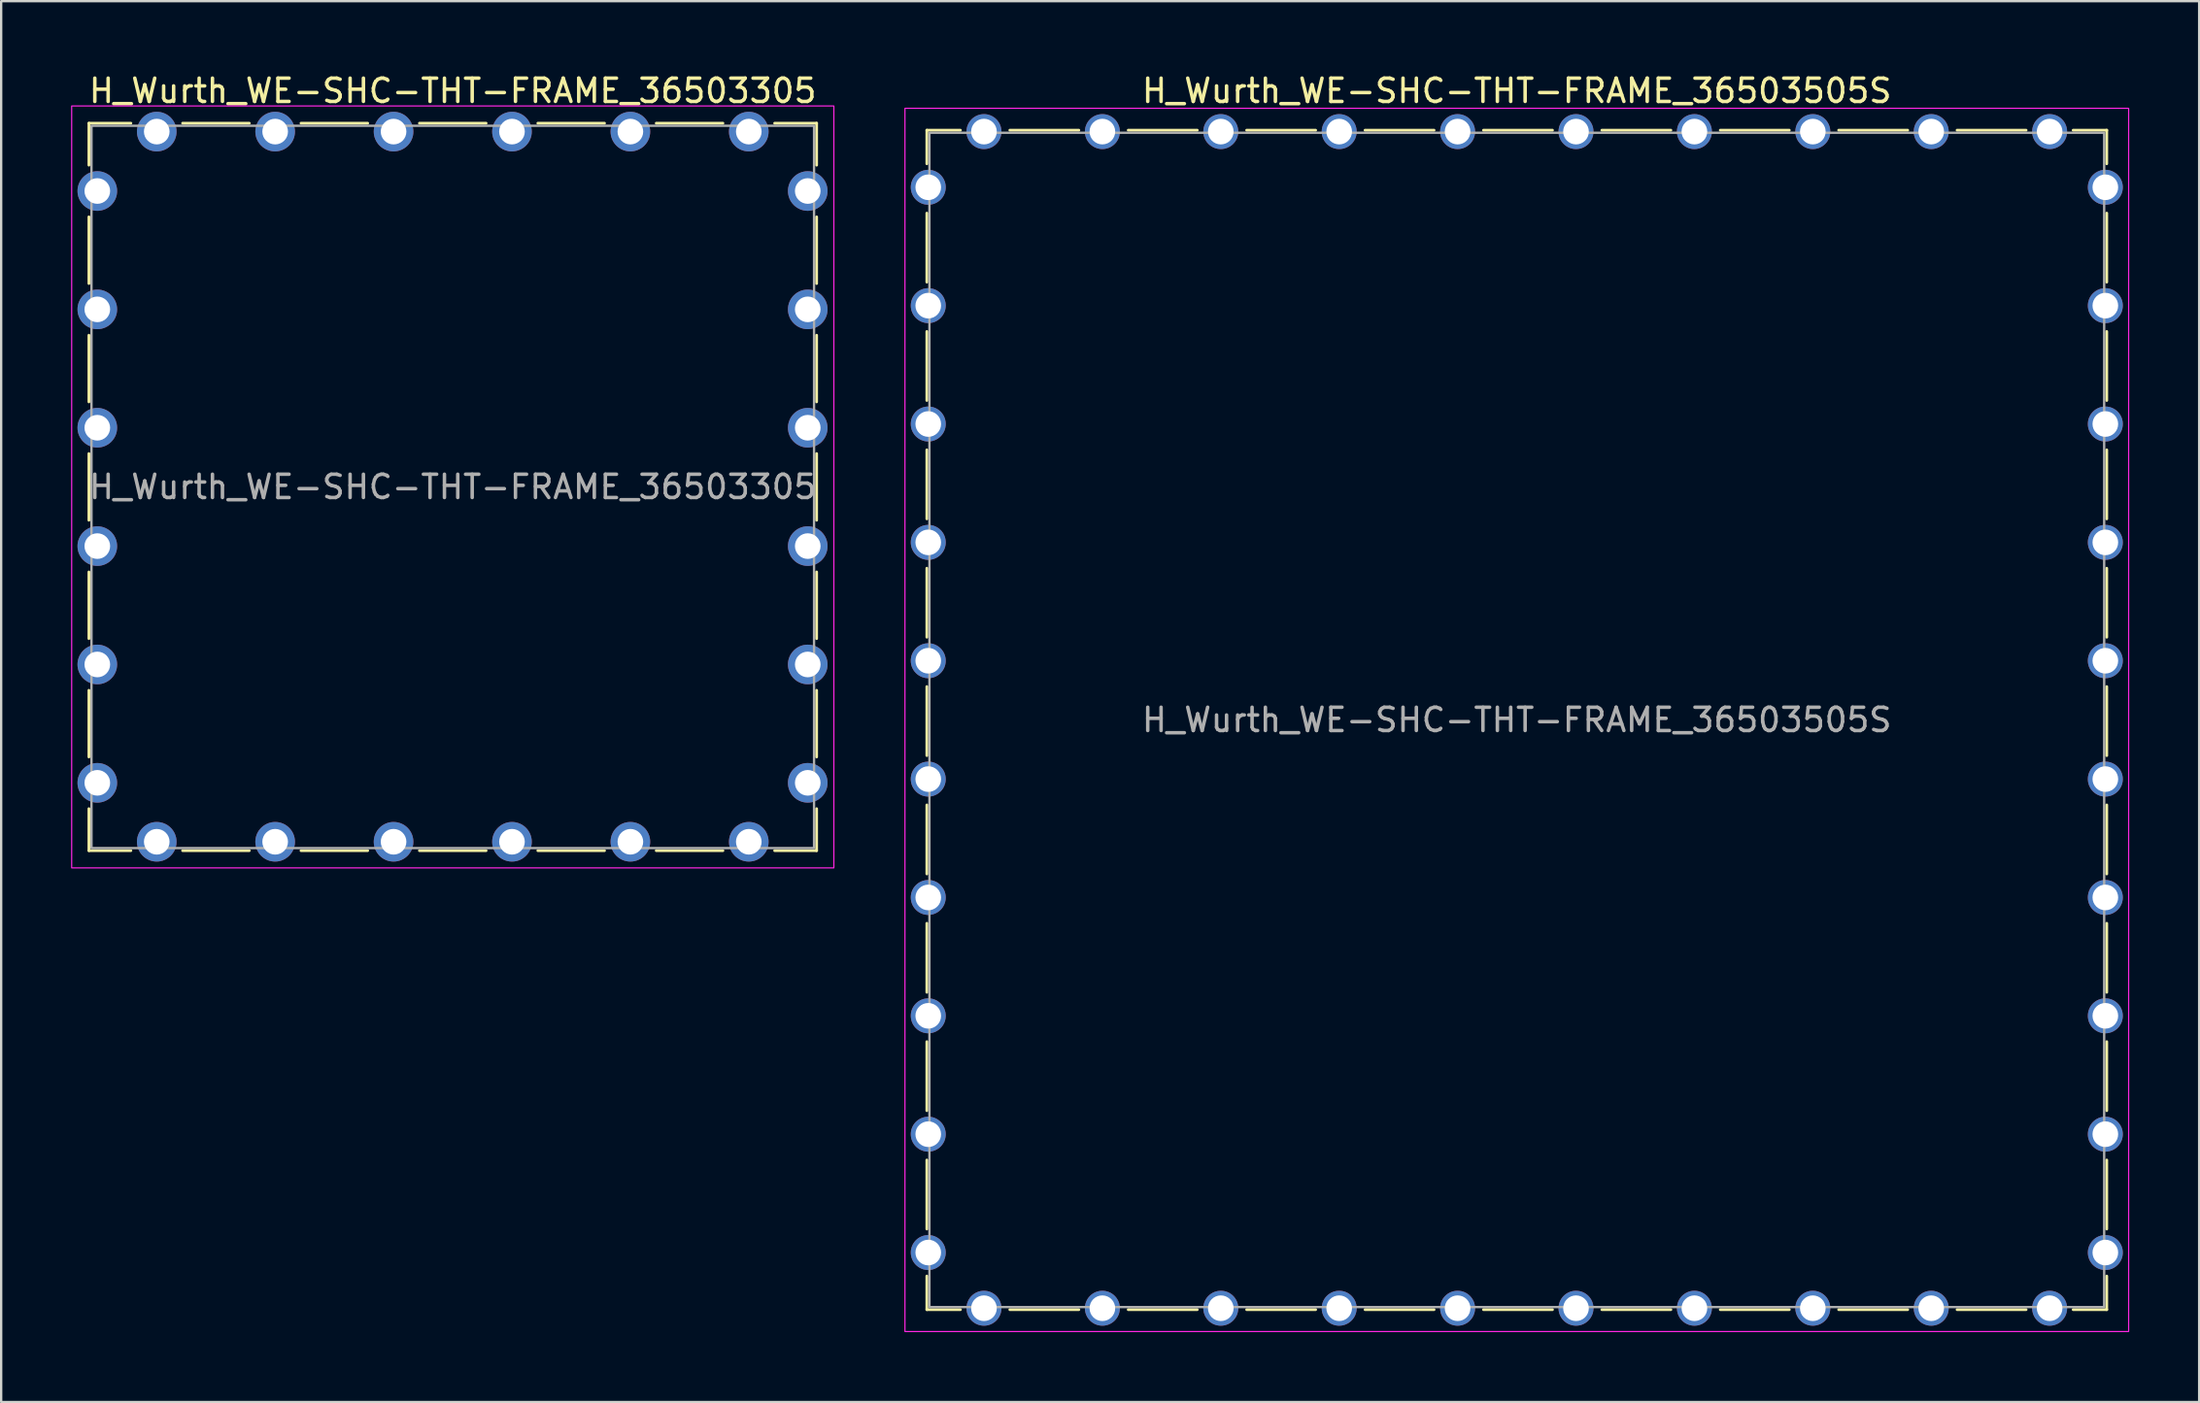
<source format=kicad_pcb>
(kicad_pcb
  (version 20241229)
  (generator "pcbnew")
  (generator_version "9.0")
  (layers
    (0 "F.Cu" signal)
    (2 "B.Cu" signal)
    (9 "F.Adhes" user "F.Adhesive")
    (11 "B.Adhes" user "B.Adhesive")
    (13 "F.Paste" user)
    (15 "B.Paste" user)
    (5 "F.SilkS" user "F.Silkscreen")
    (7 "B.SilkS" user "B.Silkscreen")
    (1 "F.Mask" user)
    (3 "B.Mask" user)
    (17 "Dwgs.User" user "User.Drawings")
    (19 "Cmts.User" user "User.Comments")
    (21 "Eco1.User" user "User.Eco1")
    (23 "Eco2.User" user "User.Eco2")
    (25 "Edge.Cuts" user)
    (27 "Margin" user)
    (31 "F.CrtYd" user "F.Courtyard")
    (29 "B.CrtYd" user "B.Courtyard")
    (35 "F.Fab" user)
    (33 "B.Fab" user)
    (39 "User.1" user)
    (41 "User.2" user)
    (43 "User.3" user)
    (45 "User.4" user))
  (footprint "H_Wurth_WE-SHC-THT-FRAME_36503505S"
    (layer "F.Cu")
    (at 62.025 27.848)
    (property "Reference" "H_Wurth_WE-SHC-THT-FRAME_36503505S" (at 0 -27 0) (unlocked yes) (layer "F.SilkS") (effects (font (size 1 1) (thickness 0.15))))
    (attr smd)
    (fp_line (start -25.31 -25.31) (end -25.31 -23.87) (stroke (width 0.12) (type default)) (layer "F.SilkS"))
    (fp_line (start -25.31 -18.79) (end -25.31 -21.75) (stroke (width 0.12) (type default)) (layer "F.SilkS"))
    (fp_line (start -25.31 -13.71) (end -25.31 -16.67) (stroke (width 0.12) (type default)) (layer "F.SilkS"))
    (fp_line (start -25.31 -8.63) (end -25.31 -11.59) (stroke (width 0.12) (type default)) (layer "F.SilkS"))
    (fp_line (start -25.31 -3.55) (end -25.31 -6.51) (stroke (width 0.12) (type default)) (layer "F.SilkS"))
    (fp_line (start -25.31 1.53) (end -25.31 -1.43) (stroke (width 0.12) (type default)) (layer "F.SilkS"))
    (fp_line (start -25.31 6.61) (end -25.31 3.65) (stroke (width 0.12) (type default)) (layer "F.SilkS"))
    (fp_line (start -25.31 11.69) (end -25.31 8.73) (stroke (width 0.12) (type default)) (layer "F.SilkS"))
    (fp_line (start -25.31 16.77) (end -25.31 13.81) (stroke (width 0.12) (type default)) (layer "F.SilkS"))
    (fp_line (start -25.31 21.85) (end -25.31 18.89) (stroke (width 0.12) (type default)) (layer "F.SilkS"))
    (fp_line (start -25.31 25.31) (end -25.31 23.87) (stroke (width 0.12) (type default)) (layer "F.SilkS"))
    (fp_line (start -23.87 -25.31) (end -25.31 -25.31) (stroke (width 0.12) (type default)) (layer "F.SilkS"))
    (fp_line (start -23.87 25.31) (end -25.31 25.31) (stroke (width 0.12) (type default)) (layer "F.SilkS"))
    (fp_line (start -21.75 -25.31) (end -18.79 -25.31) (stroke (width 0.12) (type default)) (layer "F.SilkS"))
    (fp_line (start -21.75 25.31) (end -18.79 25.31) (stroke (width 0.12) (type default)) (layer "F.SilkS"))
    (fp_line (start -16.67 -25.31) (end -13.71 -25.31) (stroke (width 0.12) (type default)) (layer "F.SilkS"))
    (fp_line (start -16.67 25.31) (end -13.71 25.31) (stroke (width 0.12) (type default)) (layer "F.SilkS"))
    (fp_line (start -11.59 -25.31) (end -8.63 -25.31) (stroke (width 0.12) (type default)) (layer "F.SilkS"))
    (fp_line (start -11.59 25.31) (end -8.63 25.31) (stroke (width 0.12) (type default)) (layer "F.SilkS"))
    (fp_line (start -6.51 -25.31) (end -3.55 -25.31) (stroke (width 0.12) (type default)) (layer "F.SilkS"))
    (fp_line (start -6.51 25.31) (end -3.55 25.31) (stroke (width 0.12) (type default)) (layer "F.SilkS"))
    (fp_line (start -1.43 -25.31) (end 1.53 -25.31) (stroke (width 0.12) (type default)) (layer "F.SilkS"))
    (fp_line (start -1.43 25.31) (end 1.53 25.31) (stroke (width 0.12) (type default)) (layer "F.SilkS"))
    (fp_line (start 3.65 -25.31) (end 6.61 -25.31) (stroke (width 0.12) (type default)) (layer "F.SilkS"))
    (fp_line (start 3.65 25.31) (end 6.61 25.31) (stroke (width 0.12) (type default)) (layer "F.SilkS"))
    (fp_line (start 8.73 -25.31) (end 11.69 -25.31) (stroke (width 0.12) (type default)) (layer "F.SilkS"))
    (fp_line (start 8.73 25.31) (end 11.69 25.31) (stroke (width 0.12) (type default)) (layer "F.SilkS"))
    (fp_line (start 13.81 -25.31) (end 16.77 -25.31) (stroke (width 0.12) (type default)) (layer "F.SilkS"))
    (fp_line (start 13.81 25.31) (end 16.77 25.31) (stroke (width 0.12) (type default)) (layer "F.SilkS"))
    (fp_line (start 18.89 -25.31) (end 21.85 -25.31) (stroke (width 0.12) (type default)) (layer "F.SilkS"))
    (fp_line (start 18.89 25.31) (end 21.85 25.31) (stroke (width 0.12) (type default)) (layer "F.SilkS"))
    (fp_line (start 25.31 -25.31) (end 23.87 -25.31) (stroke (width 0.12) (type default)) (layer "F.SilkS"))
    (fp_line (start 25.31 -25.31) (end 25.31 -23.87) (stroke (width 0.12) (type default)) (layer "F.SilkS"))
    (fp_line (start 25.31 -18.79) (end 25.31 -21.75) (stroke (width 0.12) (type default)) (layer "F.SilkS"))
    (fp_line (start 25.31 -13.71) (end 25.31 -16.67) (stroke (width 0.12) (type default)) (layer "F.SilkS"))
    (fp_line (start 25.31 -8.63) (end 25.31 -11.59) (stroke (width 0.12) (type default)) (layer "F.SilkS"))
    (fp_line (start 25.31 -3.55) (end 25.31 -6.51) (stroke (width 0.12) (type default)) (layer "F.SilkS"))
    (fp_line (start 25.31 1.53) (end 25.31 -1.43) (stroke (width 0.12) (type default)) (layer "F.SilkS"))
    (fp_line (start 25.31 6.61) (end 25.31 3.65) (stroke (width 0.12) (type default)) (layer "F.SilkS"))
    (fp_line (start 25.31 11.69) (end 25.31 8.73) (stroke (width 0.12) (type default)) (layer "F.SilkS"))
    (fp_line (start 25.31 16.77) (end 25.31 13.81) (stroke (width 0.12) (type default)) (layer "F.SilkS"))
    (fp_line (start 25.31 21.85) (end 25.31 18.89) (stroke (width 0.12) (type default)) (layer "F.SilkS"))
    (fp_line (start 25.31 25.31) (end 23.87 25.31) (stroke (width 0.12) (type default)) (layer "F.SilkS"))
    (fp_line (start 25.31 25.31) (end 25.31 23.87) (stroke (width 0.12) (type default)) (layer "F.SilkS"))
    (fp_rect (start -26.25 -26.25) (end 26.25 26.25) (stroke (width 0.05) (type solid)) (fill no) (layer "F.CrtYd"))
    (fp_rect (start -25.2 -25.2) (end 25.2 25.2) (stroke (width 0.1) (type solid)) (fill no) (layer "F.Fab"))
    (fp_text user "${REFERENCE}" (at 0 0 0) (unlocked yes) (layer "F.Fab") (effects (font (size 1 1) (thickness 0.15))))
    (pad "1" thru_hole circle (at -25.25 -22.86) (size 1.5 1.5) (drill 1.1) (layers "*.Cu" "*.Mask"))
    (pad "1" thru_hole circle (at -25.25 -17.78) (size 1.5 1.5) (drill 1.1) (layers "*.Cu" "*.Mask"))
    (pad "1" thru_hole circle (at -25.25 -12.7) (size 1.5 1.5) (drill 1.1) (layers "*.Cu" "*.Mask"))
    (pad "1" thru_hole circle (at -25.25 -7.62) (size 1.5 1.5) (drill 1.1) (layers "*.Cu" "*.Mask"))
    (pad "1" thru_hole circle (at -25.25 -2.54) (size 1.5 1.5) (drill 1.1) (layers "*.Cu" "*.Mask"))
    (pad "1" thru_hole circle (at -25.25 2.54) (size 1.5 1.5) (drill 1.1) (layers "*.Cu" "*.Mask"))
    (pad "1" thru_hole circle (at -25.25 7.62) (size 1.5 1.5) (drill 1.1) (layers "*.Cu" "*.Mask"))
    (pad "1" thru_hole circle (at -25.25 12.7) (size 1.5 1.5) (drill 1.1) (layers "*.Cu" "*.Mask"))
    (pad "1" thru_hole circle (at -25.25 17.78) (size 1.5 1.5) (drill 1.1) (layers "*.Cu" "*.Mask"))
    (pad "1" thru_hole circle (at -25.25 22.86) (size 1.5 1.5) (drill 1.1) (layers "*.Cu" "*.Mask"))
    (pad "1" thru_hole circle (at -22.86 -25.25) (size 1.5 1.5) (drill 1.1) (layers "*.Cu" "*.Mask"))
    (pad "1" thru_hole circle (at -22.86 25.25) (size 1.5 1.5) (drill 1.1) (layers "*.Cu" "*.Mask"))
    (pad "1" thru_hole circle (at -17.78 -25.25) (size 1.5 1.5) (drill 1.1) (layers "*.Cu" "*.Mask"))
    (pad "1" thru_hole circle (at -17.78 25.25) (size 1.5 1.5) (drill 1.1) (layers "*.Cu" "*.Mask"))
    (pad "1" thru_hole circle (at -12.7 -25.25) (size 1.5 1.5) (drill 1.1) (layers "*.Cu" "*.Mask"))
    (pad "1" thru_hole circle (at -12.7 25.25) (size 1.5 1.5) (drill 1.1) (layers "*.Cu" "*.Mask"))
    (pad "1" thru_hole circle (at -7.62 -25.25) (size 1.5 1.5) (drill 1.1) (layers "*.Cu" "*.Mask"))
    (pad "1" thru_hole circle (at -7.62 25.25) (size 1.5 1.5) (drill 1.1) (layers "*.Cu" "*.Mask"))
    (pad "1" thru_hole circle (at -2.54 -25.25) (size 1.5 1.5) (drill 1.1) (layers "*.Cu" "*.Mask"))
    (pad "1" thru_hole circle (at -2.54 25.25) (size 1.5 1.5) (drill 1.1) (layers "*.Cu" "*.Mask"))
    (pad "1" thru_hole circle (at 2.54 -25.25) (size 1.5 1.5) (drill 1.1) (layers "*.Cu" "*.Mask"))
    (pad "1" thru_hole circle (at 2.54 25.25) (size 1.5 1.5) (drill 1.1) (layers "*.Cu" "*.Mask"))
    (pad "1" thru_hole circle (at 7.62 -25.25) (size 1.5 1.5) (drill 1.1) (layers "*.Cu" "*.Mask"))
    (pad "1" thru_hole circle (at 7.62 25.25) (size 1.5 1.5) (drill 1.1) (layers "*.Cu" "*.Mask"))
    (pad "1" thru_hole circle (at 12.7 -25.25) (size 1.5 1.5) (drill 1.1) (layers "*.Cu" "*.Mask"))
    (pad "1" thru_hole circle (at 12.7 25.25) (size 1.5 1.5) (drill 1.1) (layers "*.Cu" "*.Mask"))
    (pad "1" thru_hole circle (at 17.78 -25.25) (size 1.5 1.5) (drill 1.1) (layers "*.Cu" "*.Mask"))
    (pad "1" thru_hole circle (at 17.78 25.25) (size 1.5 1.5) (drill 1.1) (layers "*.Cu" "*.Mask"))
    (pad "1" thru_hole circle (at 22.86 -25.25) (size 1.5 1.5) (drill 1.1) (layers "*.Cu" "*.Mask"))
    (pad "1" thru_hole circle (at 22.86 25.25) (size 1.5 1.5) (drill 1.1) (layers "*.Cu" "*.Mask"))
    (pad "1" thru_hole circle (at 25.25 -22.86) (size 1.5 1.5) (drill 1.1) (layers "*.Cu" "*.Mask"))
    (pad "1" thru_hole circle (at 25.25 -17.78) (size 1.5 1.5) (drill 1.1) (layers "*.Cu" "*.Mask"))
    (pad "1" thru_hole circle (at 25.25 -12.7) (size 1.5 1.5) (drill 1.1) (layers "*.Cu" "*.Mask"))
    (pad "1" thru_hole circle (at 25.25 -7.62) (size 1.5 1.5) (drill 1.1) (layers "*.Cu" "*.Mask"))
    (pad "1" thru_hole circle (at 25.25 -2.54) (size 1.5 1.5) (drill 1.1) (layers "*.Cu" "*.Mask"))
    (pad "1" thru_hole circle (at 25.25 2.54) (size 1.5 1.5) (drill 1.1) (layers "*.Cu" "*.Mask"))
    (pad "1" thru_hole circle (at 25.25 7.62) (size 1.5 1.5) (drill 1.1) (layers "*.Cu" "*.Mask"))
    (pad "1" thru_hole circle (at 25.25 12.7) (size 1.5 1.5) (drill 1.1) (layers "*.Cu" "*.Mask"))
    (pad "1" thru_hole circle (at 25.25 17.78) (size 1.5 1.5) (drill 1.1) (layers "*.Cu" "*.Mask"))
    (pad "1" thru_hole circle (at 25.25 22.86) (size 1.5 1.5) (drill 1.1) (layers "*.Cu" "*.Mask")))
  (footprint "H_Wurth_WE-SHC-THT-FRAME_36503305"
    (layer "F.Cu")
    (at 16.375 17.848)
    (property "Reference" "H_Wurth_WE-SHC-THT-FRAME_36503305" (at 0 -17 0) (unlocked yes) (layer "F.SilkS") (effects (font (size 1 1) (thickness 0.15))))
    (attr smd)
    (fp_line (start -15.61 -15.61) (end -13.81 -15.61) (stroke (width 0.12) (type default)) (layer "F.SilkS"))
    (fp_line (start -15.61 -13.81) (end -15.61 -15.61) (stroke (width 0.12) (type default)) (layer "F.SilkS"))
    (fp_line (start -15.61 -8.73) (end -15.61 -11.59) (stroke (width 0.12) (type default)) (layer "F.SilkS"))
    (fp_line (start -15.61 -3.65) (end -15.61 -6.51) (stroke (width 0.12) (type default)) (layer "F.SilkS"))
    (fp_line (start -15.61 1.43) (end -15.61 -1.43) (stroke (width 0.12) (type default)) (layer "F.SilkS"))
    (fp_line (start -15.61 6.51) (end -15.61 3.65) (stroke (width 0.12) (type default)) (layer "F.SilkS"))
    (fp_line (start -15.61 11.59) (end -15.61 8.73) (stroke (width 0.12) (type default)) (layer "F.SilkS"))
    (fp_line (start -15.61 15.61) (end -15.61 13.81) (stroke (width 0.12) (type default)) (layer "F.SilkS"))
    (fp_line (start -15.61 15.61) (end -13.81 15.61) (stroke (width 0.12) (type default)) (layer "F.SilkS"))
    (fp_line (start -11.59 -15.61) (end -8.73 -15.61) (stroke (width 0.12) (type default)) (layer "F.SilkS"))
    (fp_line (start -11.59 15.61) (end -8.73 15.61) (stroke (width 0.12) (type default)) (layer "F.SilkS"))
    (fp_line (start -6.51 -15.61) (end -3.65 -15.61) (stroke (width 0.12) (type default)) (layer "F.SilkS"))
    (fp_line (start -6.51 15.61) (end -3.65 15.61) (stroke (width 0.12) (type default)) (layer "F.SilkS"))
    (fp_line (start -1.43 -15.61) (end 1.43 -15.61) (stroke (width 0.12) (type default)) (layer "F.SilkS"))
    (fp_line (start -1.43 15.61) (end 1.43 15.61) (stroke (width 0.12) (type default)) (layer "F.SilkS"))
    (fp_line (start 3.65 -15.61) (end 6.51 -15.61) (stroke (width 0.12) (type default)) (layer "F.SilkS"))
    (fp_line (start 3.65 15.61) (end 6.51 15.61) (stroke (width 0.12) (type default)) (layer "F.SilkS"))
    (fp_line (start 8.73 -15.61) (end 11.59 -15.61) (stroke (width 0.12) (type default)) (layer "F.SilkS"))
    (fp_line (start 8.73 15.61) (end 11.59 15.61) (stroke (width 0.12) (type default)) (layer "F.SilkS"))
    (fp_line (start 13.81 -15.61) (end 15.61 -15.61) (stroke (width 0.12) (type default)) (layer "F.SilkS"))
    (fp_line (start 13.81 15.61) (end 15.61 15.61) (stroke (width 0.12) (type default)) (layer "F.SilkS"))
    (fp_line (start 15.61 -13.81) (end 15.61 -15.61) (stroke (width 0.12) (type default)) (layer "F.SilkS"))
    (fp_line (start 15.61 -8.73) (end 15.61 -11.59) (stroke (width 0.12) (type default)) (layer "F.SilkS"))
    (fp_line (start 15.61 -3.65) (end 15.61 -6.51) (stroke (width 0.12) (type default)) (layer "F.SilkS"))
    (fp_line (start 15.61 1.43) (end 15.61 -1.43) (stroke (width 0.12) (type default)) (layer "F.SilkS"))
    (fp_line (start 15.61 6.51) (end 15.61 3.65) (stroke (width 0.12) (type default)) (layer "F.SilkS"))
    (fp_line (start 15.61 11.59) (end 15.61 8.73) (stroke (width 0.12) (type default)) (layer "F.SilkS"))
    (fp_line (start 15.61 15.61) (end 15.61 13.81) (stroke (width 0.12) (type default)) (layer "F.SilkS"))
    (fp_rect (start -16.35 -16.35) (end 16.35 16.35) (stroke (width 0.05) (type solid)) (fill no) (layer "F.CrtYd"))
    (fp_rect (start -15.5 -15.5) (end 15.5 15.5) (stroke (width 0.1) (type solid)) (fill no) (layer "F.Fab"))
    (fp_text user "${REFERENCE}" (at 0 0 0) (unlocked yes) (layer "F.Fab") (effects (font (size 1 1) (thickness 0.15))))
    (pad "1" thru_hole circle (at -15.25 -12.7) (size 1.7 1.7) (drill 1.1) (layers "*.Cu" "*.Mask"))
    (pad "1" thru_hole circle (at -15.25 -7.62) (size 1.7 1.7) (drill 1.1) (layers "*.Cu" "*.Mask"))
    (pad "1" thru_hole circle (at -15.25 -2.54) (size 1.7 1.7) (drill 1.1) (layers "*.Cu" "*.Mask"))
    (pad "1" thru_hole circle (at -15.25 2.54) (size 1.7 1.7) (drill 1.1) (layers "*.Cu" "*.Mask"))
    (pad "1" thru_hole circle (at -15.25 7.62) (size 1.7 1.7) (drill 1.1) (layers "*.Cu" "*.Mask"))
    (pad "1" thru_hole circle (at -15.25 12.7) (size 1.7 1.7) (drill 1.1) (layers "*.Cu" "*.Mask"))
    (pad "1" thru_hole circle (at -12.7 -15.25) (size 1.7 1.7) (drill 1.1) (layers "*.Cu" "*.Mask"))
    (pad "1" thru_hole circle (at -12.7 15.23) (size 1.7 1.7) (drill 1.1) (layers "*.Cu" "*.Mask"))
    (pad "1" thru_hole circle (at -7.62 -15.25) (size 1.7 1.7) (drill 1.1) (layers "*.Cu" "*.Mask"))
    (pad "1" thru_hole circle (at -7.62 15.23) (size 1.7 1.7) (drill 1.1) (layers "*.Cu" "*.Mask"))
    (pad "1" thru_hole circle (at -2.54 -15.25) (size 1.7 1.7) (drill 1.1) (layers "*.Cu" "*.Mask"))
    (pad "1" thru_hole circle (at -2.54 15.23) (size 1.7 1.7) (drill 1.1) (layers "*.Cu" "*.Mask"))
    (pad "1" thru_hole circle (at 2.54 -15.25) (size 1.7 1.7) (drill 1.1) (layers "*.Cu" "*.Mask"))
    (pad "1" thru_hole circle (at 2.54 15.23) (size 1.7 1.7) (drill 1.1) (layers "*.Cu" "*.Mask"))
    (pad "1" thru_hole circle (at 7.62 -15.25) (size 1.7 1.7) (drill 1.1) (layers "*.Cu" "*.Mask"))
    (pad "1" thru_hole circle (at 7.62 15.23) (size 1.7 1.7) (drill 1.1) (layers "*.Cu" "*.Mask"))
    (pad "1" thru_hole circle (at 12.7 -15.25) (size 1.7 1.7) (drill 1.1) (layers "*.Cu" "*.Mask"))
    (pad "1" thru_hole circle (at 12.7 15.23) (size 1.7 1.7) (drill 1.1) (layers "*.Cu" "*.Mask"))
    (pad "1" thru_hole circle (at 15.23 -12.7) (size 1.7 1.7) (drill 1.1) (layers "*.Cu" "*.Mask"))
    (pad "1" thru_hole circle (at 15.23 -7.62) (size 1.7 1.7) (drill 1.1) (layers "*.Cu" "*.Mask"))
    (pad "1" thru_hole circle (at 15.23 -2.54) (size 1.7 1.7) (drill 1.1) (layers "*.Cu" "*.Mask"))
    (pad "1" thru_hole circle (at 15.23 2.54) (size 1.7 1.7) (drill 1.1) (layers "*.Cu" "*.Mask"))
    (pad "1" thru_hole circle (at 15.23 7.62) (size 1.7 1.7) (drill 1.1) (layers "*.Cu" "*.Mask"))
    (pad "1" thru_hole circle (at 15.23 12.7) (size 1.7 1.7) (drill 1.1) (layers "*.Cu" "*.Mask")))
  (gr_rect
    (start -3 -3)
    (end 91.3 57.123)
    (stroke (width 0.1) (type default))
    (fill no)
    (layer "Edge.Cuts")))
</source>
